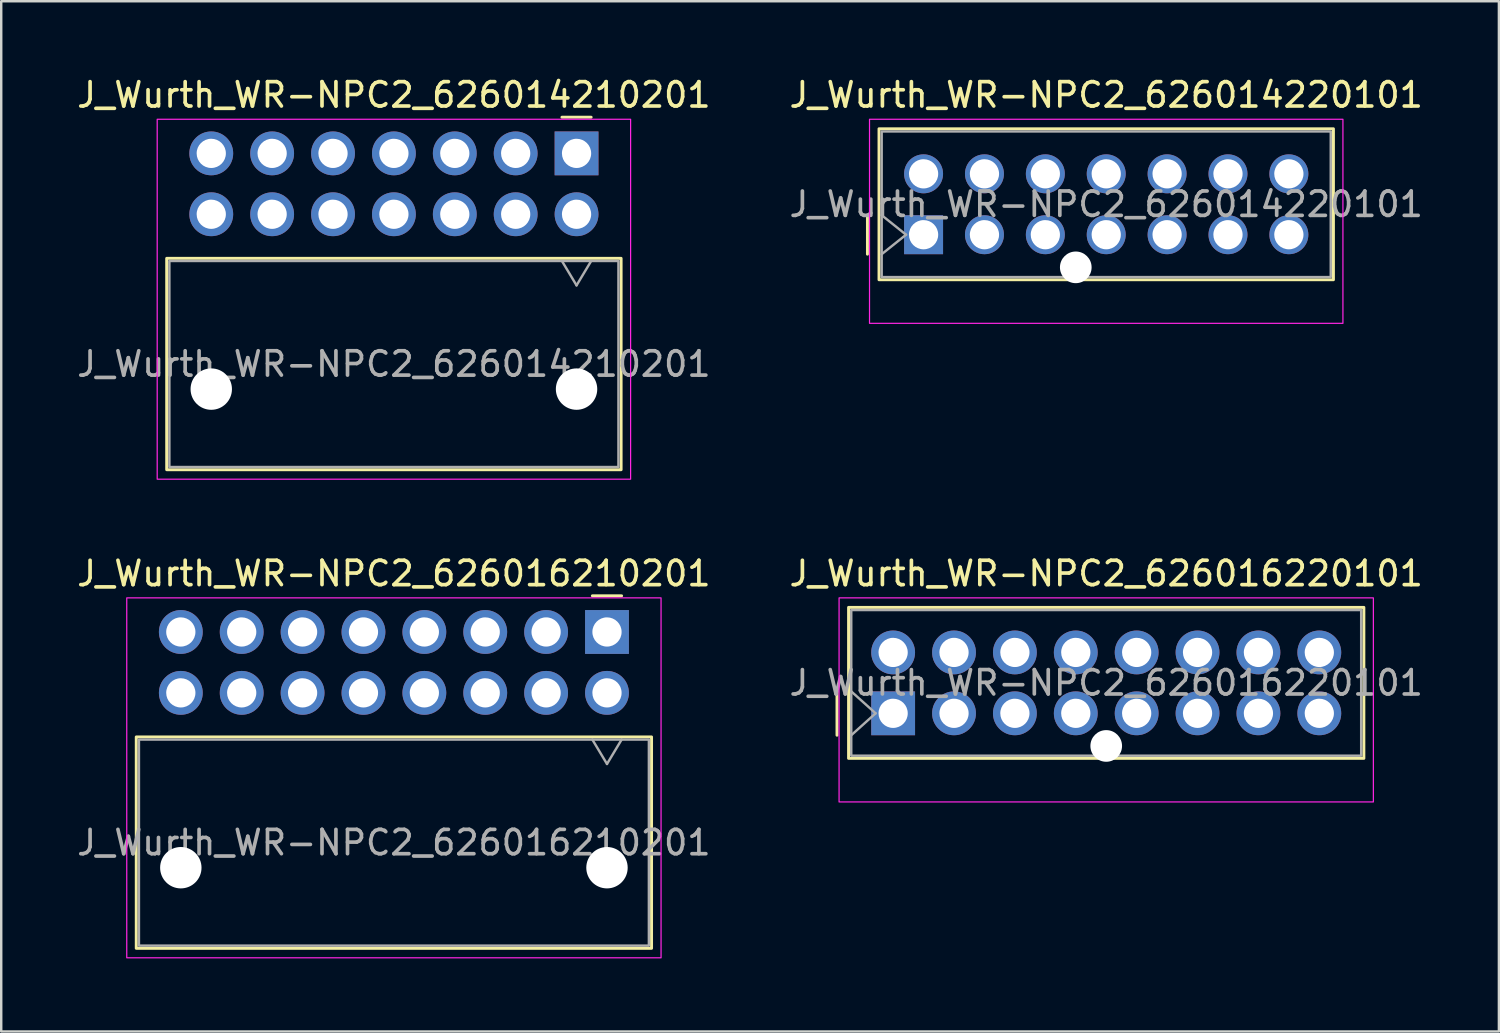
<source format=kicad_pcb>
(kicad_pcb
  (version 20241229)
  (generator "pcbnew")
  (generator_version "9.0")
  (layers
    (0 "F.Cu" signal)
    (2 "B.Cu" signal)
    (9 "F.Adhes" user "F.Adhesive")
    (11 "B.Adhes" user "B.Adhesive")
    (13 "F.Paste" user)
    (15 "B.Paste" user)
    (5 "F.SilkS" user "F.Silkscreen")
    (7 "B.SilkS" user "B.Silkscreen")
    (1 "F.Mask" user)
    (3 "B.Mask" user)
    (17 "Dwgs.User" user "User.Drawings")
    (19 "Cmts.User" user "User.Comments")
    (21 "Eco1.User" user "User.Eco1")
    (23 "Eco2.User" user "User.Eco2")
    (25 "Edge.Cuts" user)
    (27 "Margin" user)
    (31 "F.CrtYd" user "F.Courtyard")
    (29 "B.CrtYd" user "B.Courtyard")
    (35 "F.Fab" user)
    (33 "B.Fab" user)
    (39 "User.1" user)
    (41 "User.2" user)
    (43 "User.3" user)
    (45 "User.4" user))
  (footprint "J_Wurth_WR-NPC2_626014220101"
    (layer "F.Cu")
    (at 34.875 6.588)
    (property "Reference" "J_Wurth_WR-NPC2_626014220101" (at 7.5 -5.74 0) (unlocked yes) (layer "F.SilkS") (effects (font (size 1 1) (thickness 0.15))))
    (attr through_hole)
    (fp_line (start -2.305 -0.8) (end -2.305 0.8) (stroke (width 0.12) (type default)) (layer "F.SilkS"))
    (fp_rect (start -1.83 -4.35) (end 16.83 1.85) (stroke (width 0.12) (type default)) (fill no) (layer "F.SilkS"))
    (fp_rect (start -2.22 -4.74) (end 17.22 3.64) (stroke (width 0.05) (type default)) (fill no) (layer "F.CrtYd"))
    (fp_line (start -1.72 -0.8) (end -0.72 0) (stroke (width 0.1) (type default)) (layer "F.Fab"))
    (fp_line (start -1.72 0.8) (end -0.72 0) (stroke (width 0.1) (type default)) (layer "F.Fab"))
    (fp_rect (start -1.72 -4.24) (end 16.72 1.74) (stroke (width 0.1) (type default)) (fill no) (layer "F.Fab"))
    (fp_text user "${REFERENCE}" (at 7.5 -1.25 0) (unlocked yes) (layer "F.Fab") (effects (font (size 1 1) (thickness 0.15))))
    (pad "" np_thru_hole circle (at 6.25 1.34) (size 1.3 1.3) (drill 1.3) (layers "*.Cu" "*.Mask"))
    (pad "1" thru_hole rect (at 0 0) (size 1.6 1.6) (drill 1.2) (layers "*.Cu" "*.Mask"))
    (pad "2" thru_hole circle (at 2.5 0) (size 1.6 1.6) (drill 1.2) (layers "*.Cu" "*.Mask"))
    (pad "3" thru_hole circle (at 5 0) (size 1.6 1.6) (drill 1.2) (layers "*.Cu" "*.Mask"))
    (pad "4" thru_hole circle (at 7.5 0) (size 1.6 1.6) (drill 1.2) (layers "*.Cu" "*.Mask"))
    (pad "5" thru_hole circle (at 10 0) (size 1.6 1.6) (drill 1.2) (layers "*.Cu" "*.Mask"))
    (pad "6" thru_hole circle (at 12.5 0) (size 1.6 1.6) (drill 1.2) (layers "*.Cu" "*.Mask"))
    (pad "7" thru_hole circle (at 15 0) (size 1.6 1.6) (drill 1.2) (layers "*.Cu" "*.Mask"))
    (pad "8" thru_hole circle (at 0 -2.5) (size 1.6 1.6) (drill 1.2) (layers "*.Cu" "*.Mask"))
    (pad "9" thru_hole circle (at 2.5 -2.5) (size 1.6 1.6) (drill 1.2) (layers "*.Cu" "*.Mask"))
    (pad "10" thru_hole circle (at 5 -2.5) (size 1.6 1.6) (drill 1.2) (layers "*.Cu" "*.Mask"))
    (pad "11" thru_hole circle (at 7.5 -2.5) (size 1.6 1.6) (drill 1.2) (layers "*.Cu" "*.Mask"))
    (pad "12" thru_hole circle (at 10 -2.5) (size 1.6 1.6) (drill 1.2) (layers "*.Cu" "*.Mask"))
    (pad "13" thru_hole circle (at 12.5 -2.5) (size 1.6 1.6) (drill 1.2) (layers "*.Cu" "*.Mask"))
    (pad "14" thru_hole circle (at 15 -2.5) (size 1.6 1.6) (drill 1.2) (layers "*.Cu" "*.Mask")))
  (footprint "J_Wurth_WR-NPC2_626016220101"
    (layer "F.Cu")
    (at 33.625 26.241)
    (property "Reference" "J_Wurth_WR-NPC2_626016220101" (at 8.75 -5.74 0) (unlocked yes) (layer "F.SilkS") (effects (font (size 1 1) (thickness 0.15))))
    (attr through_hole)
    (fp_line (start -2.305 -0.9) (end -2.305 0.9) (stroke (width 0.12) (type default)) (layer "F.SilkS"))
    (fp_rect (start -1.83 -4.35) (end 19.33 1.85) (stroke (width 0.12) (type default)) (fill no) (layer "F.SilkS"))
    (fp_rect (start -2.22 -4.74) (end 19.72 3.64) (stroke (width 0.05) (type default)) (fill no) (layer "F.CrtYd"))
    (fp_line (start -1.72 -0.9) (end -0.72 0) (stroke (width 0.1) (type default)) (layer "F.Fab"))
    (fp_line (start -1.72 0.9) (end -0.72 0) (stroke (width 0.1) (type default)) (layer "F.Fab"))
    (fp_rect (start -1.72 -4.24) (end 19.22 1.74) (stroke (width 0.1) (type default)) (fill no) (layer "F.Fab"))
    (fp_text user "${REFERENCE}" (at 8.75 -1.25 0) (unlocked yes) (layer "F.Fab") (effects (font (size 1 1) (thickness 0.15))))
    (pad "" np_thru_hole circle (at 8.75 1.34) (size 1.3 1.3) (drill 1.3) (layers "*.Cu" "*.Mask"))
    (pad "1" thru_hole rect (at 0 0) (size 1.8 1.8) (drill 1.2) (layers "*.Cu" "*.Mask"))
    (pad "2" thru_hole circle (at 2.5 0) (size 1.8 1.8) (drill 1.2) (layers "*.Cu" "*.Mask"))
    (pad "3" thru_hole circle (at 5 0) (size 1.8 1.8) (drill 1.2) (layers "*.Cu" "*.Mask"))
    (pad "4" thru_hole circle (at 7.5 0) (size 1.8 1.8) (drill 1.2) (layers "*.Cu" "*.Mask"))
    (pad "5" thru_hole circle (at 10 0) (size 1.8 1.8) (drill 1.2) (layers "*.Cu" "*.Mask"))
    (pad "6" thru_hole circle (at 12.5 0) (size 1.8 1.8) (drill 1.2) (layers "*.Cu" "*.Mask"))
    (pad "7" thru_hole circle (at 15 0) (size 1.8 1.8) (drill 1.2) (layers "*.Cu" "*.Mask"))
    (pad "8" thru_hole circle (at 17.5 0) (size 1.8 1.8) (drill 1.2) (layers "*.Cu" "*.Mask"))
    (pad "9" thru_hole circle (at 0 -2.5) (size 1.8 1.8) (drill 1.2) (layers "*.Cu" "*.Mask"))
    (pad "10" thru_hole circle (at 2.5 -2.5) (size 1.8 1.8) (drill 1.2) (layers "*.Cu" "*.Mask"))
    (pad "11" thru_hole circle (at 5 -2.5) (size 1.8 1.8) (drill 1.2) (layers "*.Cu" "*.Mask"))
    (pad "12" thru_hole circle (at 7.5 -2.5) (size 1.8 1.8) (drill 1.2) (layers "*.Cu" "*.Mask"))
    (pad "13" thru_hole circle (at 10 -2.5) (size 1.8 1.8) (drill 1.2) (layers "*.Cu" "*.Mask"))
    (pad "14" thru_hole circle (at 12.5 -2.5) (size 1.8 1.8) (drill 1.2) (layers "*.Cu" "*.Mask"))
    (pad "15" thru_hole circle (at 15 -2.5) (size 1.8 1.8) (drill 1.2) (layers "*.Cu" "*.Mask"))
    (pad "16" thru_hole circle (at 17.5 -2.5) (size 1.8 1.8) (drill 1.2) (layers "*.Cu" "*.Mask")))
  (footprint "J_Wurth_WR-NPC2_626016210201"
    (layer "F.Cu")
    (at 21.875 22.901)
    (property "Reference" "J_Wurth_WR-NPC2_626016210201" (at -8.75 -2.4 0) (unlocked yes) (layer "F.SilkS") (effects (font (size 1 1) (thickness 0.15))))
    (attr through_hole)
    (fp_line (start -0.6 -1.485) (end 0.6 -1.485) (stroke (width 0.12) (type default)) (layer "F.SilkS"))
    (fp_rect (start -19.33 4.31) (end 1.83 12.99) (stroke (width 0.12) (type default)) (fill no) (layer "F.SilkS"))
    (fp_rect (start -19.72 -1.4) (end 2.22 13.38) (stroke (width 0.05) (type default)) (fill no) (layer "F.CrtYd"))
    (fp_line (start -0.6 4.42) (end 0 5.42) (stroke (width 0.1) (type default)) (layer "F.Fab"))
    (fp_line (start 0.6 4.42) (end 0 5.42) (stroke (width 0.1) (type default)) (layer "F.Fab"))
    (fp_rect (start -19.22 4.42) (end 1.72 12.88) (stroke (width 0.1) (type default)) (fill no) (layer "F.Fab"))
    (fp_text user "${REFERENCE}" (at -8.75 8.65 0) (unlocked yes) (layer "F.Fab") (effects (font (size 1 1) (thickness 0.15))))
    (pad "" np_thru_hole circle (at -17.5 9.68) (size 1.7 1.7) (drill 1.7) (layers "*.Cu" "*.Mask"))
    (pad "" np_thru_hole circle (at 0 9.68) (size 1.7 1.7) (drill 1.7) (layers "*.Cu" "*.Mask"))
    (pad "1" thru_hole rect (at 0 0) (size 1.8 1.8) (drill 1.2) (layers "*.Cu" "*.Mask"))
    (pad "2" thru_hole circle (at -2.5 0) (size 1.8 1.8) (drill 1.2) (layers "*.Cu" "*.Mask"))
    (pad "3" thru_hole circle (at -5 0) (size 1.8 1.8) (drill 1.2) (layers "*.Cu" "*.Mask"))
    (pad "4" thru_hole circle (at -7.5 0) (size 1.8 1.8) (drill 1.2) (layers "*.Cu" "*.Mask"))
    (pad "5" thru_hole circle (at -10 0) (size 1.8 1.8) (drill 1.2) (layers "*.Cu" "*.Mask"))
    (pad "6" thru_hole circle (at -12.5 0) (size 1.8 1.8) (drill 1.2) (layers "*.Cu" "*.Mask"))
    (pad "7" thru_hole circle (at -15 0) (size 1.8 1.8) (drill 1.2) (layers "*.Cu" "*.Mask"))
    (pad "8" thru_hole circle (at -17.5 0) (size 1.8 1.8) (drill 1.2) (layers "*.Cu" "*.Mask"))
    (pad "9" thru_hole circle (at 0 2.5) (size 1.8 1.8) (drill 1.2) (layers "*.Cu" "*.Mask"))
    (pad "10" thru_hole circle (at -2.5 2.5) (size 1.8 1.8) (drill 1.2) (layers "*.Cu" "*.Mask"))
    (pad "11" thru_hole circle (at -5 2.5) (size 1.8 1.8) (drill 1.2) (layers "*.Cu" "*.Mask"))
    (pad "12" thru_hole circle (at -7.5 2.5) (size 1.8 1.8) (drill 1.2) (layers "*.Cu" "*.Mask"))
    (pad "13" thru_hole circle (at -10 2.5) (size 1.8 1.8) (drill 1.2) (layers "*.Cu" "*.Mask"))
    (pad "14" thru_hole circle (at -12.5 2.5) (size 1.8 1.8) (drill 1.2) (layers "*.Cu" "*.Mask"))
    (pad "15" thru_hole circle (at -15 2.5) (size 1.8 1.8) (drill 1.2) (layers "*.Cu" "*.Mask"))
    (pad "16" thru_hole circle (at -17.5 2.5) (size 1.8 1.8) (drill 1.2) (layers "*.Cu" "*.Mask")))
  (footprint "J_Wurth_WR-NPC2_626014210201"
    (layer "F.Cu")
    (at 20.625 3.248)
    (property "Reference" "J_Wurth_WR-NPC2_626014210201" (at -7.5 -2.4 0) (unlocked yes) (layer "F.SilkS") (effects (font (size 1 1) (thickness 0.15))))
    (attr through_hole)
    (fp_line (start -0.6 -1.485) (end 0.6 -1.485) (stroke (width 0.12) (type default)) (layer "F.SilkS"))
    (fp_rect (start -16.83 4.31) (end 1.83 12.99) (stroke (width 0.12) (type default)) (fill no) (layer "F.SilkS"))
    (fp_rect (start -17.22 -1.4) (end 2.22 13.38) (stroke (width 0.05) (type default)) (fill no) (layer "F.CrtYd"))
    (fp_line (start -0.6 4.42) (end 0 5.42) (stroke (width 0.1) (type default)) (layer "F.Fab"))
    (fp_line (start 0.6 4.42) (end 0 5.42) (stroke (width 0.1) (type default)) (layer "F.Fab"))
    (fp_rect (start -16.72 4.42) (end 1.72 12.88) (stroke (width 0.1) (type default)) (fill no) (layer "F.Fab"))
    (fp_text user "${REFERENCE}" (at -7.5 8.65 0) (unlocked yes) (layer "F.Fab") (effects (font (size 1 1) (thickness 0.15))))
    (pad "" np_thru_hole circle (at -15 9.68) (size 1.7 1.7) (drill 1.7) (layers "*.Cu" "*.Mask"))
    (pad "" np_thru_hole circle (at 0 9.68) (size 1.7 1.7) (drill 1.7) (layers "*.Cu" "*.Mask"))
    (pad "1" thru_hole rect (at 0 0) (size 1.8 1.8) (drill 1.2) (layers "*.Cu" "*.Mask"))
    (pad "2" thru_hole circle (at -2.5 0) (size 1.8 1.8) (drill 1.2) (layers "*.Cu" "*.Mask"))
    (pad "3" thru_hole circle (at -5 0) (size 1.8 1.8) (drill 1.2) (layers "*.Cu" "*.Mask"))
    (pad "4" thru_hole circle (at -7.5 0) (size 1.8 1.8) (drill 1.2) (layers "*.Cu" "*.Mask"))
    (pad "5" thru_hole circle (at -10 0) (size 1.8 1.8) (drill 1.2) (layers "*.Cu" "*.Mask"))
    (pad "6" thru_hole circle (at -12.5 0) (size 1.8 1.8) (drill 1.2) (layers "*.Cu" "*.Mask"))
    (pad "7" thru_hole circle (at -15 0) (size 1.8 1.8) (drill 1.2) (layers "*.Cu" "*.Mask"))
    (pad "8" thru_hole circle (at 0 2.5) (size 1.8 1.8) (drill 1.2) (layers "*.Cu" "*.Mask"))
    (pad "9" thru_hole circle (at -2.5 2.5) (size 1.8 1.8) (drill 1.2) (layers "*.Cu" "*.Mask"))
    (pad "10" thru_hole circle (at -5 2.5) (size 1.8 1.8) (drill 1.2) (layers "*.Cu" "*.Mask"))
    (pad "11" thru_hole circle (at -7.5 2.5) (size 1.8 1.8) (drill 1.2) (layers "*.Cu" "*.Mask"))
    (pad "12" thru_hole circle (at -10 2.5) (size 1.8 1.8) (drill 1.2) (layers "*.Cu" "*.Mask"))
    (pad "13" thru_hole circle (at -12.5 2.5) (size 1.8 1.8) (drill 1.2) (layers "*.Cu" "*.Mask"))
    (pad "14" thru_hole circle (at -15 2.5) (size 1.8 1.8) (drill 1.2) (layers "*.Cu" "*.Mask")))
  (gr_rect
    (start -3 -3)
    (end 58.5 39.306)
    (stroke (width 0.1) (type default))
    (fill no)
    (layer "Edge.Cuts")))
</source>
